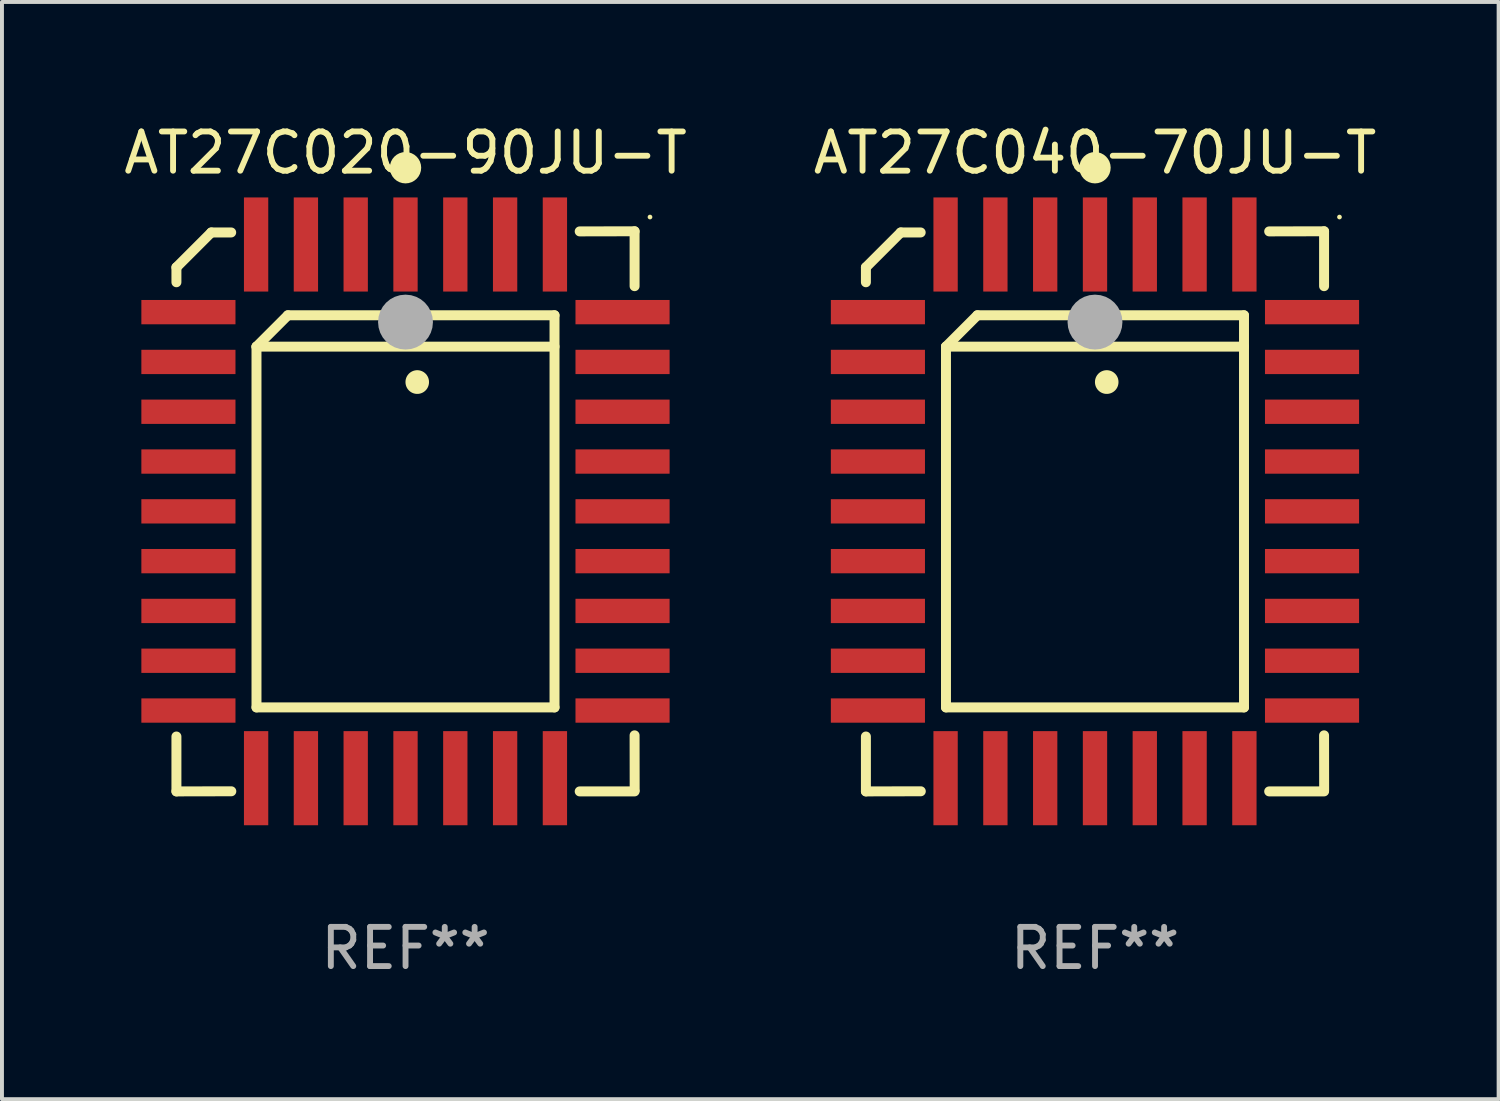
<source format=kicad_pcb>
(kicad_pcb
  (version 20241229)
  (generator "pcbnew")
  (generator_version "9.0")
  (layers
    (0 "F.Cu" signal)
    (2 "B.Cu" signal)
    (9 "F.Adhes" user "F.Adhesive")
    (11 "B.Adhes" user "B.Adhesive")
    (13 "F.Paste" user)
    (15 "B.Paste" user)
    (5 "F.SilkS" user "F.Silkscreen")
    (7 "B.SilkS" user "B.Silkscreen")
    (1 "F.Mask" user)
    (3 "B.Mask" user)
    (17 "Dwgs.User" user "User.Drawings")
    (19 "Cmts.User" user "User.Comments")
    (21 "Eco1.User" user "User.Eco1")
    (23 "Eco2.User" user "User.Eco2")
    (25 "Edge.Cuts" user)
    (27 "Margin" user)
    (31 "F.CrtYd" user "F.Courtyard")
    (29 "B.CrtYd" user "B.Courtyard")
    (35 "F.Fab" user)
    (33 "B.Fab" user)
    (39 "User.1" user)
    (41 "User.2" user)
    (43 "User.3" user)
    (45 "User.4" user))
  (footprint "AT27C040-70JU-T"
    (layer "F.Cu")
    (at 24.875 9.99)
    (property "Reference" "AT27C040-70JU-T" (at 0 -9.142 0) (layer "F.SilkS") (effects (font (size 1 1) (thickness 0.15))))
    (attr through_hole)
    (fp_line (start -5.843 5.742) (end -5.843 7.142) (stroke (width 0.254) (type solid)) (layer "F.SilkS"))
    (fp_line (start -5.843 7.142) (end -4.443 7.139) (stroke (width 0.254) (type solid)) (layer "F.SilkS"))
    (fp_line (start -5.843 -6.223) (end -4.954 -7.112) (stroke (width 0.254) (type solid)) (layer "F.SilkS"))
    (fp_line (start -5.843 -5.842) (end -5.843 -6.223) (stroke (width 0.254) (type solid)) (layer "F.SilkS"))
    (fp_line (start -4.954 -7.112) (end -4.446 -7.112) (stroke (width 0.254) (type solid)) (layer "F.SilkS"))
    (fp_line (start -3.801 -4.2) (end -3.001 -5) (stroke (width 0.254) (type solid)) (layer "F.SilkS"))
    (fp_line (start -3.801 -4.2) (end 3.799 -4.2) (stroke (width 0.254) (type solid)) (layer "F.SilkS"))
    (fp_line (start -3.801 5) (end -3.801 -4.2) (stroke (width 0.254) (type solid)) (layer "F.SilkS"))
    (fp_line (start -3.001 -5) (end 3.799 -5) (stroke (width 0.254) (type solid)) (layer "F.SilkS"))
    (fp_line (start 3.799 -5) (end 3.799 5) (stroke (width 0.254) (type solid)) (layer "F.SilkS"))
    (fp_line (start 3.799 5) (end -3.801 5) (stroke (width 0.254) (type solid)) (layer "F.SilkS"))
    (fp_line (start 4.441 7.142) (end 5.841 7.142) (stroke (width 0.254) (type solid)) (layer "F.SilkS"))
    (fp_line (start 5.841 -7.142) (end 4.441 -7.139) (stroke (width 0.254) (type solid)) (layer "F.SilkS"))
    (fp_line (start 5.841 -5.742) (end 5.841 -7.142) (stroke (width 0.254) (type solid)) (layer "F.SilkS"))
    (fp_line (start 5.843 7.112) (end 5.841 5.712) (stroke (width 0.254) (type solid)) (layer "F.SilkS"))
    (fp_arc (start 0.298285 -3.294387) (mid 0.298274 -3.296927) (end 0.298285 -3.299467) (stroke (width 0.6) (type solid)) (layer "F.SilkS"))
    (fp_circle (center -0.001 -8.763) (end 0.199 -8.763) (stroke (width 0.4) (type solid)) (fill no) (layer "F.SilkS"))
    (fp_circle (center 6.234 -7.505) (end 6.264 -7.505) (stroke (width 0.06) (type solid)) (fill no) (layer "F.SilkS"))
    (fp_circle (center -0.001 -4.826) (end 0.349 -4.826) (stroke (width 0.7) (type solid)) (fill no) (layer "F.Fab"))
    (fp_text user "REF**" (at 0 11.142 0) (layer "F.Fab") (effects (font (size 1 1) (thickness 0.15))))
    (pad "1" smd rect (at -0.001 -6.805 180) (size 0.62 2.4) (layers "F.Cu" "F.Mask" "F.Paste"))
    (pad "2" smd rect (at -1.271 -6.805 180) (size 0.62 2.4) (layers "F.Cu" "F.Mask" "F.Paste"))
    (pad "3" smd rect (at -2.541 -6.805 180) (size 0.62 2.4) (layers "F.Cu" "F.Mask" "F.Paste"))
    (pad "4" smd rect (at -3.811 -6.805 180) (size 0.62 2.4) (layers "F.Cu" "F.Mask" "F.Paste"))
    (pad "5" smd rect (at -5.537 -5.08 270) (size 0.62 2.4) (layers "F.Cu" "F.Mask" "F.Paste"))
    (pad "6" smd rect (at -5.537 -3.81 270) (size 0.62 2.4) (layers "F.Cu" "F.Mask" "F.Paste"))
    (pad "7" smd rect (at -5.537 -2.54 270) (size 0.62 2.4) (layers "F.Cu" "F.Mask" "F.Paste"))
    (pad "8" smd rect (at -5.537 -1.27 270) (size 0.62 2.4) (layers "F.Cu" "F.Mask" "F.Paste"))
    (pad "9" smd rect (at -5.537 0.000127 270) (size 0.62 2.4) (layers "F.Cu" "F.Mask" "F.Paste"))
    (pad "10" smd rect (at -5.537 1.27 270) (size 0.62 2.4) (layers "F.Cu" "F.Mask" "F.Paste"))
    (pad "11" smd rect (at -5.537 2.54 270) (size 0.62 2.4) (layers "F.Cu" "F.Mask" "F.Paste"))
    (pad "12" smd rect (at -5.537 3.81 270) (size 0.62 2.4) (layers "F.Cu" "F.Mask" "F.Paste"))
    (pad "13" smd rect (at -5.537 5.08 270) (size 0.62 2.4) (layers "F.Cu" "F.Mask" "F.Paste"))
    (pad "14" smd rect (at -3.811 6.805) (size 0.62 2.4) (layers "F.Cu" "F.Mask" "F.Paste"))
    (pad "15" smd rect (at -2.541 6.805) (size 0.62 2.4) (layers "F.Cu" "F.Mask" "F.Paste"))
    (pad "16" smd rect (at -1.271 6.805) (size 0.62 2.4) (layers "F.Cu" "F.Mask" "F.Paste"))
    (pad "17" smd rect (at -0.001 6.805) (size 0.62 2.4) (layers "F.Cu" "F.Mask" "F.Paste"))
    (pad "18" smd rect (at 1.269 6.805) (size 0.62 2.4) (layers "F.Cu" "F.Mask" "F.Paste"))
    (pad "19" smd rect (at 2.539 6.805) (size 0.62 2.4) (layers "F.Cu" "F.Mask" "F.Paste"))
    (pad "20" smd rect (at 3.809 6.805) (size 0.62 2.4) (layers "F.Cu" "F.Mask" "F.Paste"))
    (pad "21" smd rect (at 5.534 5.08 90) (size 0.62 2.4) (layers "F.Cu" "F.Mask" "F.Paste"))
    (pad "22" smd rect (at 5.534 3.81 90) (size 0.62 2.4) (layers "F.Cu" "F.Mask" "F.Paste"))
    (pad "23" smd rect (at 5.534 2.54 90) (size 0.62 2.4) (layers "F.Cu" "F.Mask" "F.Paste"))
    (pad "24" smd rect (at 5.534 1.27 90) (size 0.62 2.4) (layers "F.Cu" "F.Mask" "F.Paste"))
    (pad "25" smd rect (at 5.534 0.000127 90) (size 0.62 2.4) (layers "F.Cu" "F.Mask" "F.Paste"))
    (pad "26" smd rect (at 5.534 -1.27 90) (size 0.62 2.4) (layers "F.Cu" "F.Mask" "F.Paste"))
    (pad "27" smd rect (at 5.534 -2.54 90) (size 0.62 2.4) (layers "F.Cu" "F.Mask" "F.Paste"))
    (pad "28" smd rect (at 5.534 -3.81 90) (size 0.62 2.4) (layers "F.Cu" "F.Mask" "F.Paste"))
    (pad "29" smd rect (at 5.534 -5.08 90) (size 0.62 2.4) (layers "F.Cu" "F.Mask" "F.Paste"))
    (pad "30" smd rect (at 3.809 -6.805) (size 0.62 2.4) (layers "F.Cu" "F.Mask" "F.Paste"))
    (pad "31" smd rect (at 2.539 -6.805) (size 0.62 2.4) (layers "F.Cu" "F.Mask" "F.Paste"))
    (pad "32" smd rect (at 1.269 -6.805) (size 0.62 2.4) (layers "F.Cu" "F.Mask" "F.Paste")))
  (footprint "AT27C020-90JU-T"
    (layer "F.Cu")
    (at 7.292 9.99)
    (property "Reference" "AT27C020-90JU-T" (at 0 -9.142 0) (layer "F.SilkS") (effects (font (size 1 1) (thickness 0.15))))
    (attr through_hole)
    (fp_line (start -5.843 5.742) (end -5.843 7.142) (stroke (width 0.254) (type solid)) (layer "F.SilkS"))
    (fp_line (start -5.843 7.142) (end -4.443 7.139) (stroke (width 0.254) (type solid)) (layer "F.SilkS"))
    (fp_line (start -5.843 -6.223) (end -4.954 -7.112) (stroke (width 0.254) (type solid)) (layer "F.SilkS"))
    (fp_line (start -5.843 -5.842) (end -5.843 -6.223) (stroke (width 0.254) (type solid)) (layer "F.SilkS"))
    (fp_line (start -4.954 -7.112) (end -4.446 -7.112) (stroke (width 0.254) (type solid)) (layer "F.SilkS"))
    (fp_line (start -3.801 -4.2) (end -3.001 -5) (stroke (width 0.254) (type solid)) (layer "F.SilkS"))
    (fp_line (start -3.801 -4.2) (end 3.799 -4.2) (stroke (width 0.254) (type solid)) (layer "F.SilkS"))
    (fp_line (start -3.801 5) (end -3.801 -4.2) (stroke (width 0.254) (type solid)) (layer "F.SilkS"))
    (fp_line (start -3.001 -5) (end 3.799 -5) (stroke (width 0.254) (type solid)) (layer "F.SilkS"))
    (fp_line (start 3.799 -5) (end 3.799 5) (stroke (width 0.254) (type solid)) (layer "F.SilkS"))
    (fp_line (start 3.799 5) (end -3.801 5) (stroke (width 0.254) (type solid)) (layer "F.SilkS"))
    (fp_line (start 4.441 7.142) (end 5.841 7.142) (stroke (width 0.254) (type solid)) (layer "F.SilkS"))
    (fp_line (start 5.841 -7.142) (end 4.441 -7.139) (stroke (width 0.254) (type solid)) (layer "F.SilkS"))
    (fp_line (start 5.841 -5.742) (end 5.841 -7.142) (stroke (width 0.254) (type solid)) (layer "F.SilkS"))
    (fp_line (start 5.843 7.112) (end 5.841 5.712) (stroke (width 0.254) (type solid)) (layer "F.SilkS"))
    (fp_arc (start 0.298285 -3.294387) (mid 0.298274 -3.296927) (end 0.298285 -3.299467) (stroke (width 0.6) (type solid)) (layer "F.SilkS"))
    (fp_circle (center -0.001 -8.763) (end 0.199 -8.763) (stroke (width 0.4) (type solid)) (fill no) (layer "F.SilkS"))
    (fp_circle (center 6.234 -7.505) (end 6.264 -7.505) (stroke (width 0.06) (type solid)) (fill no) (layer "F.SilkS"))
    (fp_circle (center -0.001 -4.826) (end 0.349 -4.826) (stroke (width 0.7) (type solid)) (fill no) (layer "F.Fab"))
    (fp_text user "REF**" (at 0 11.142 0) (layer "F.Fab") (effects (font (size 1 1) (thickness 0.15))))
    (pad "1" smd rect (at -0.001 -6.805 180) (size 0.62 2.4) (layers "F.Cu" "F.Mask" "F.Paste"))
    (pad "2" smd rect (at -1.271 -6.805 180) (size 0.62 2.4) (layers "F.Cu" "F.Mask" "F.Paste"))
    (pad "3" smd rect (at -2.541 -6.805 180) (size 0.62 2.4) (layers "F.Cu" "F.Mask" "F.Paste"))
    (pad "4" smd rect (at -3.811 -6.805 180) (size 0.62 2.4) (layers "F.Cu" "F.Mask" "F.Paste"))
    (pad "5" smd rect (at -5.537 -5.08 270) (size 0.62 2.4) (layers "F.Cu" "F.Mask" "F.Paste"))
    (pad "6" smd rect (at -5.537 -3.81 270) (size 0.62 2.4) (layers "F.Cu" "F.Mask" "F.Paste"))
    (pad "7" smd rect (at -5.537 -2.54 270) (size 0.62 2.4) (layers "F.Cu" "F.Mask" "F.Paste"))
    (pad "8" smd rect (at -5.537 -1.27 270) (size 0.62 2.4) (layers "F.Cu" "F.Mask" "F.Paste"))
    (pad "9" smd rect (at -5.537 0.000127 270) (size 0.62 2.4) (layers "F.Cu" "F.Mask" "F.Paste"))
    (pad "10" smd rect (at -5.537 1.27 270) (size 0.62 2.4) (layers "F.Cu" "F.Mask" "F.Paste"))
    (pad "11" smd rect (at -5.537 2.54 270) (size 0.62 2.4) (layers "F.Cu" "F.Mask" "F.Paste"))
    (pad "12" smd rect (at -5.537 3.81 270) (size 0.62 2.4) (layers "F.Cu" "F.Mask" "F.Paste"))
    (pad "13" smd rect (at -5.537 5.08 270) (size 0.62 2.4) (layers "F.Cu" "F.Mask" "F.Paste"))
    (pad "14" smd rect (at -3.811 6.805) (size 0.62 2.4) (layers "F.Cu" "F.Mask" "F.Paste"))
    (pad "15" smd rect (at -2.541 6.805) (size 0.62 2.4) (layers "F.Cu" "F.Mask" "F.Paste"))
    (pad "16" smd rect (at -1.271 6.805) (size 0.62 2.4) (layers "F.Cu" "F.Mask" "F.Paste"))
    (pad "17" smd rect (at -0.001 6.805) (size 0.62 2.4) (layers "F.Cu" "F.Mask" "F.Paste"))
    (pad "18" smd rect (at 1.269 6.805) (size 0.62 2.4) (layers "F.Cu" "F.Mask" "F.Paste"))
    (pad "19" smd rect (at 2.539 6.805) (size 0.62 2.4) (layers "F.Cu" "F.Mask" "F.Paste"))
    (pad "20" smd rect (at 3.809 6.805) (size 0.62 2.4) (layers "F.Cu" "F.Mask" "F.Paste"))
    (pad "21" smd rect (at 5.534 5.08 90) (size 0.62 2.4) (layers "F.Cu" "F.Mask" "F.Paste"))
    (pad "22" smd rect (at 5.534 3.81 90) (size 0.62 2.4) (layers "F.Cu" "F.Mask" "F.Paste"))
    (pad "23" smd rect (at 5.534 2.54 90) (size 0.62 2.4) (layers "F.Cu" "F.Mask" "F.Paste"))
    (pad "24" smd rect (at 5.534 1.27 90) (size 0.62 2.4) (layers "F.Cu" "F.Mask" "F.Paste"))
    (pad "25" smd rect (at 5.534 0.000127 90) (size 0.62 2.4) (layers "F.Cu" "F.Mask" "F.Paste"))
    (pad "26" smd rect (at 5.534 -1.27 90) (size 0.62 2.4) (layers "F.Cu" "F.Mask" "F.Paste"))
    (pad "27" smd rect (at 5.534 -2.54 90) (size 0.62 2.4) (layers "F.Cu" "F.Mask" "F.Paste"))
    (pad "28" smd rect (at 5.534 -3.81 90) (size 0.62 2.4) (layers "F.Cu" "F.Mask" "F.Paste"))
    (pad "29" smd rect (at 5.534 -5.08 90) (size 0.62 2.4) (layers "F.Cu" "F.Mask" "F.Paste"))
    (pad "30" smd rect (at 3.809 -6.805) (size 0.62 2.4) (layers "F.Cu" "F.Mask" "F.Paste"))
    (pad "31" smd rect (at 2.539 -6.805) (size 0.62 2.4) (layers "F.Cu" "F.Mask" "F.Paste"))
    (pad "32" smd rect (at 1.269 -6.805) (size 0.62 2.4) (layers "F.Cu" "F.Mask" "F.Paste")))
  (gr_rect
    (start -3 -3)
    (end 35.167 24.981)
    (stroke (width 0.1) (type default))
    (fill no)
    (layer "Edge.Cuts")))
</source>
